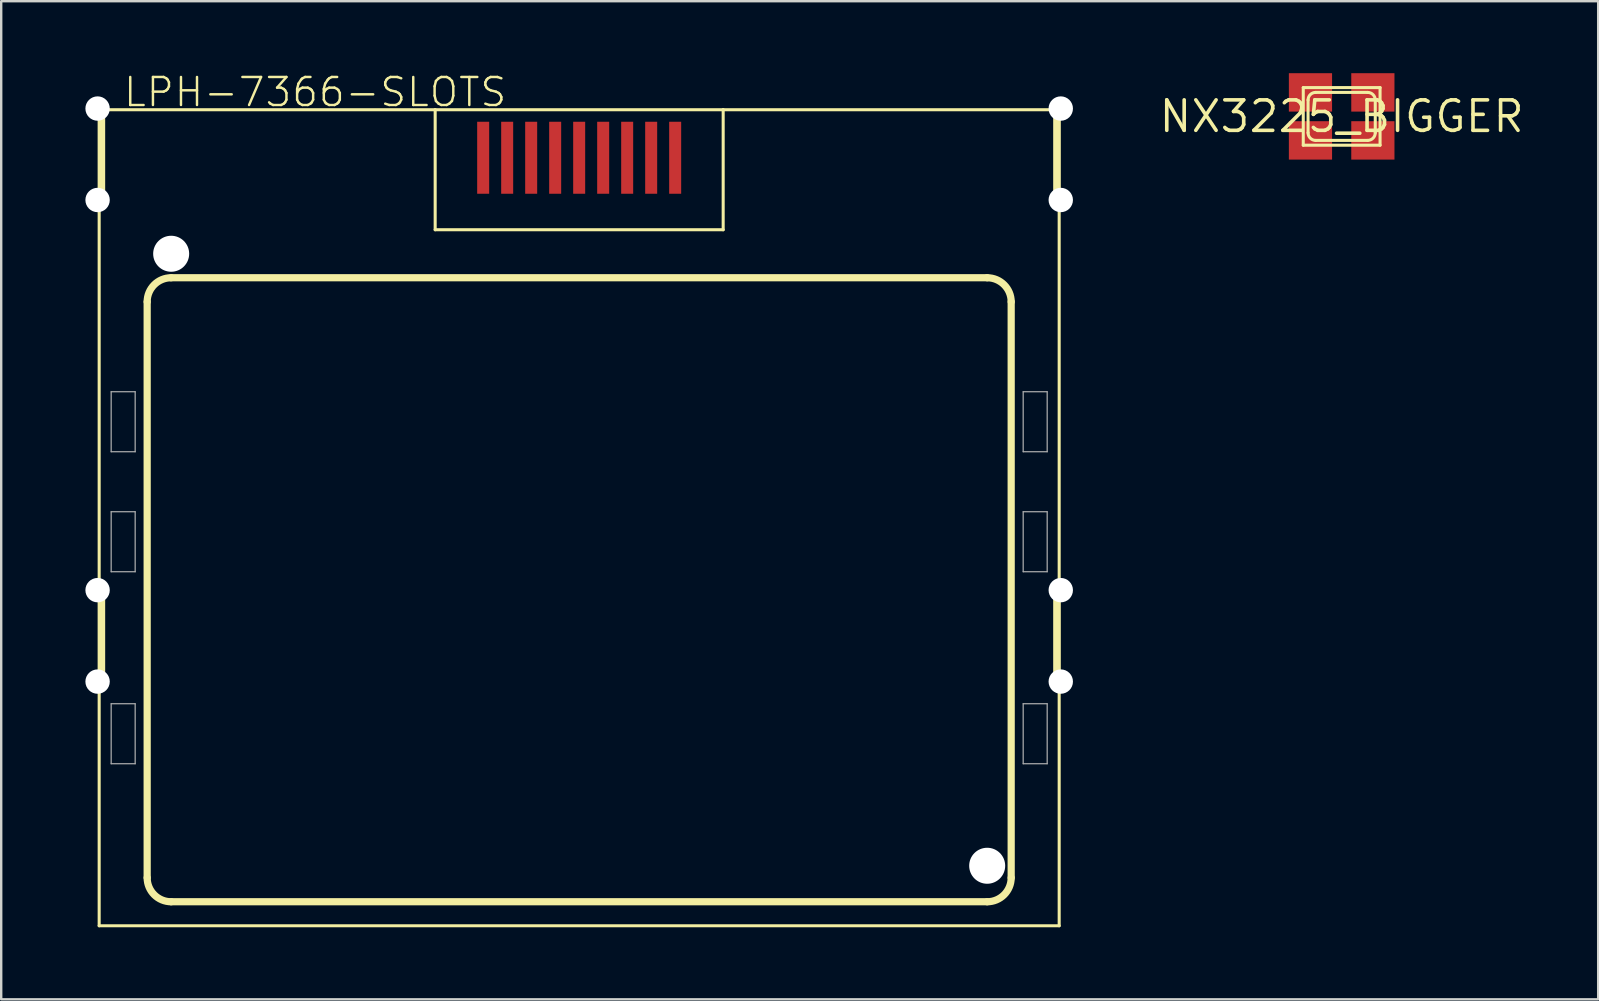
<source format=kicad_pcb>
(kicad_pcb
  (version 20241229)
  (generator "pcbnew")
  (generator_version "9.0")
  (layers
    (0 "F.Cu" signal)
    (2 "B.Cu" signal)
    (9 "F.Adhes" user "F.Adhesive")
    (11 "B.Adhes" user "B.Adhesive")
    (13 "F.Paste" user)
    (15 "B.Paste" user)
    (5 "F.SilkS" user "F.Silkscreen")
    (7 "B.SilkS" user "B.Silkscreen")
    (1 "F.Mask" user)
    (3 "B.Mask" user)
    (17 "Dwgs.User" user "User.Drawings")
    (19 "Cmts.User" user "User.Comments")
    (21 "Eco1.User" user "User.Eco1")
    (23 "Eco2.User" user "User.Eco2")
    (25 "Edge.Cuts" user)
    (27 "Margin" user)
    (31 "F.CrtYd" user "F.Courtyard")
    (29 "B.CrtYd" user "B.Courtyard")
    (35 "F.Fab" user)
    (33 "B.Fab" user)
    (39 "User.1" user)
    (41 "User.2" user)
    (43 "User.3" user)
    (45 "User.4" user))
  (footprint "LPH-7366-SLOTS"
    (layer "F.Cu")
    (at 21.082 20.523)
    (property "Reference" "LPH-7366-SLOTS" (at -19.05 -19.05 0) (unlocked yes) (layer "F.SilkS") (effects (font (size 1.168 1.168) (thickness 0.102)) (justify left bottom)))
    (fp_line (start -20 -19) (end -20 15) (stroke (width 0.127) (type solid)) (layer "F.SilkS"))
    (fp_line (start -20 -19) (end -6 -19) (stroke (width 0.127) (type solid)) (layer "F.SilkS"))
    (fp_line (start -20 15) (end 20 15) (stroke (width 0.127) (type solid)) (layer "F.SilkS"))
    (fp_line (start -19.9 -18.9) (end -19.9 -15.1) (stroke (width 0.3) (type solid)) (layer "F.SilkS"))
    (fp_line (start -19.9 1.1) (end -19.9 4.9) (stroke (width 0.3) (type solid)) (layer "F.SilkS"))
    (fp_line (start -18 -11) (end -18 13) (stroke (width 0.3) (type solid)) (layer "F.SilkS"))
    (fp_line (start -17 14) (end 17 14) (stroke (width 0.3) (type solid)) (layer "F.SilkS"))
    (fp_line (start -6 -19) (end -6 -14) (stroke (width 0.127) (type solid)) (layer "F.SilkS"))
    (fp_line (start -6 -19) (end 6 -19) (stroke (width 0.127) (type solid)) (layer "F.SilkS"))
    (fp_line (start -6 -14) (end 6 -14) (stroke (width 0.127) (type solid)) (layer "F.SilkS"))
    (fp_line (start 6 -19) (end 20 -19) (stroke (width 0.127) (type solid)) (layer "F.SilkS"))
    (fp_line (start 6 -14) (end 6 -19) (stroke (width 0.127) (type solid)) (layer "F.SilkS"))
    (fp_line (start 17 -12) (end -17 -12) (stroke (width 0.3) (type solid)) (layer "F.SilkS"))
    (fp_line (start 18 13) (end 18 -11) (stroke (width 0.3) (type solid)) (layer "F.SilkS"))
    (fp_line (start 19.9 -18.9) (end 19.9 -15.1) (stroke (width 0.3) (type solid)) (layer "F.SilkS"))
    (fp_line (start 19.9 1) (end 19.9 4.8) (stroke (width 0.3) (type solid)) (layer "F.SilkS"))
    (fp_line (start 20 -19) (end 20 15) (stroke (width 0.127) (type solid)) (layer "F.SilkS"))
    (fp_arc (start -18 -11) (mid -17.707107 -11.707107) (end -17 -12) (stroke (width 0.3) (type solid)) (layer "F.SilkS"))
    (fp_arc (start -17 14) (mid -17.707107 13.707107) (end -18 13) (stroke (width 0.3) (type solid)) (layer "F.SilkS"))
    (fp_arc (start 17 -12) (mid 17.707107 -11.707107) (end 18 -11) (stroke (width 0.3) (type solid)) (layer "F.SilkS"))
    (fp_arc (start 18 13) (mid 17.707107 13.707107) (end 17 14) (stroke (width 0.3) (type solid)) (layer "F.SilkS"))
    (fp_line (start -19.5 -7.25) (end -18.5 -7.25) (stroke (width 0.05) (type solid)) (layer "F.Fab"))
    (fp_line (start -19.5 -4.75) (end -19.5 -7.25) (stroke (width 0.05) (type solid)) (layer "F.Fab"))
    (fp_line (start -19.5 -2.25) (end -18.5 -2.25) (stroke (width 0.05) (type solid)) (layer "F.Fab"))
    (fp_line (start -19.5 0.25) (end -19.5 -2.25) (stroke (width 0.05) (type solid)) (layer "F.Fab"))
    (fp_line (start -19.5 5.75) (end -18.5 5.75) (stroke (width 0.05) (type solid)) (layer "F.Fab"))
    (fp_line (start -19.5 8.25) (end -19.5 5.75) (stroke (width 0.05) (type solid)) (layer "F.Fab"))
    (fp_line (start -18.5 -7.25) (end -18.5 -4.75) (stroke (width 0.05) (type solid)) (layer "F.Fab"))
    (fp_line (start -18.5 -4.75) (end -19.5 -4.75) (stroke (width 0.05) (type solid)) (layer "F.Fab"))
    (fp_line (start -18.5 -2.25) (end -18.5 0.25) (stroke (width 0.05) (type solid)) (layer "F.Fab"))
    (fp_line (start -18.5 0.25) (end -19.5 0.25) (stroke (width 0.05) (type solid)) (layer "F.Fab"))
    (fp_line (start -18.5 5.75) (end -18.5 8.25) (stroke (width 0.05) (type solid)) (layer "F.Fab"))
    (fp_line (start -18.5 8.25) (end -19.5 8.25) (stroke (width 0.05) (type solid)) (layer "F.Fab"))
    (fp_line (start 18.5 -7.25) (end 19.5 -7.25) (stroke (width 0.05) (type solid)) (layer "F.Fab"))
    (fp_line (start 18.5 -4.75) (end 18.5 -7.25) (stroke (width 0.05) (type solid)) (layer "F.Fab"))
    (fp_line (start 18.5 -2.25) (end 19.5 -2.25) (stroke (width 0.05) (type solid)) (layer "F.Fab"))
    (fp_line (start 18.5 0.25) (end 18.5 -2.25) (stroke (width 0.05) (type solid)) (layer "F.Fab"))
    (fp_line (start 18.5 5.75) (end 19.5 5.75) (stroke (width 0.05) (type solid)) (layer "F.Fab"))
    (fp_line (start 18.5 8.25) (end 18.5 5.75) (stroke (width 0.05) (type solid)) (layer "F.Fab"))
    (fp_line (start 19.5 -7.25) (end 19.5 -4.75) (stroke (width 0.05) (type solid)) (layer "F.Fab"))
    (fp_line (start 19.5 -4.75) (end 18.5 -4.75) (stroke (width 0.05) (type solid)) (layer "F.Fab"))
    (fp_line (start 19.5 -2.25) (end 19.5 0.25) (stroke (width 0.05) (type solid)) (layer "F.Fab"))
    (fp_line (start 19.5 0.25) (end 18.5 0.25) (stroke (width 0.05) (type solid)) (layer "F.Fab"))
    (fp_line (start 19.5 5.75) (end 19.5 8.25) (stroke (width 0.05) (type solid)) (layer "F.Fab"))
    (fp_line (start 19.5 8.25) (end 18.5 8.25) (stroke (width 0.05) (type solid)) (layer "F.Fab"))
    (pad "" np_thru_hole circle (at -20.066 -19.05) (size 1.016 1.016) (drill 1.016) (layers "*.Cu" "*.Mask"))
    (pad "" np_thru_hole circle (at -20.066 -15.24) (size 1.016 1.016) (drill 1.016) (layers "*.Cu" "*.Mask"))
    (pad "" np_thru_hole circle (at -20.066 1.016) (size 1.016 1.016) (drill 1.016) (layers "*.Cu" "*.Mask"))
    (pad "" np_thru_hole circle (at -20.066 4.826) (size 1.016 1.016) (drill 1.016) (layers "*.Cu" "*.Mask"))
    (pad "" np_thru_hole circle (at -17 -13) (size 1.5 1.5) (drill 1.5) (layers "*.Cu" "*.Mask"))
    (pad "" np_thru_hole circle (at 17 12.5) (size 1.5 1.5) (drill 1.5) (layers "*.Cu" "*.Mask"))
    (pad "" np_thru_hole circle (at 20.066 -19.05) (size 1.016 1.016) (drill 1.016) (layers "*.Cu" "*.Mask"))
    (pad "" np_thru_hole circle (at 20.066 -15.24) (size 1.016 1.016) (drill 1.016) (layers "*.Cu" "*.Mask"))
    (pad "" np_thru_hole circle (at 20.066 1.016) (size 1.016 1.016) (drill 1.016) (layers "*.Cu" "*.Mask"))
    (pad "" np_thru_hole circle (at 20.066 4.826) (size 1.016 1.016) (drill 1.016) (layers "*.Cu" "*.Mask"))
    (pad "1" smd rect (at 4 -17 90) (size 3 0.5) (layers "F.Cu" "F.Mask"))
    (pad "2" smd rect (at 3 -17 90) (size 3 0.5) (layers "F.Cu" "F.Mask"))
    (pad "3" smd rect (at 2 -17 90) (size 3 0.5) (layers "F.Cu" "F.Mask"))
    (pad "4" smd rect (at 1 -17 90) (size 3 0.5) (layers "F.Cu" "F.Mask"))
    (pad "5" smd rect (at 0 -17 90) (size 3 0.5) (layers "F.Cu" "F.Mask"))
    (pad "6" smd rect (at -1 -17 90) (size 3 0.5) (layers "F.Cu" "F.Mask"))
    (pad "7" smd rect (at -2 -17 90) (size 3 0.5) (layers "F.Cu" "F.Mask"))
    (pad "8" smd rect (at -3 -17 90) (size 3 0.5) (layers "F.Cu" "F.Mask"))
    (pad "9" smd rect (at -4 -17 90) (size 3 0.5) (layers "F.Cu" "F.Mask"))
    (zone (net_name "") (layer "F.Cu") (hatch edge 0.5) (connect_pads) (min_thickness 0.25) (filled_areas_thickness no) (keepout (tracks not_allowed) (vias not_allowed) (pads not_allowed) (copperpour not_allowed) (footprints allowed)) (placement (enabled no)) (fill) (polygon (pts (xy 0 5.283) (xy 2.032 5.283) (xy 2.032 1.473) (xy 0 1.473))))
    (zone (net_name "") (layer "F.Cu") (hatch edge 0.5) (connect_pads) (min_thickness 0.25) (filled_areas_thickness no) (keepout (tracks not_allowed) (vias not_allowed) (pads not_allowed) (copperpour not_allowed) (footprints allowed)) (placement (enabled no)) (fill) (polygon (pts (xy 0 25.349) (xy 2.032 25.349) (xy 2.032 21.539) (xy 0 21.539))))
    (zone (net_name "") (layer "F.Cu") (hatch edge 0.5) (connect_pads) (min_thickness 0.25) (filled_areas_thickness no) (keepout (tracks not_allowed) (vias not_allowed) (pads not_allowed) (copperpour not_allowed) (footprints allowed)) (placement (enabled no)) (fill) (polygon (pts (xy 40.132 5.283) (xy 42.164 5.283) (xy 42.164 1.473) (xy 40.132 1.473))))
    (zone (net_name "") (layer "F.Cu") (hatch edge 0.5) (connect_pads) (min_thickness 0.25) (filled_areas_thickness no) (keepout (tracks not_allowed) (vias not_allowed) (pads not_allowed) (copperpour not_allowed) (footprints allowed)) (placement (enabled no)) (fill) (polygon (pts (xy 40.132 25.349) (xy 42.164 25.349) (xy 42.164 21.539) (xy 40.132 21.539))))
    (zone (net_name "") (layer "B.Cu") (hatch edge 0.5) (connect_pads) (min_thickness 0.25) (filled_areas_thickness no) (keepout (tracks not_allowed) (vias not_allowed) (pads not_allowed) (copperpour not_allowed) (footprints allowed)) (placement (enabled no)) (fill) (polygon (pts (xy 0 5.283) (xy 2.032 5.283) (xy 2.032 1.473) (xy 0 1.473))))
    (zone (net_name "") (layer "B.Cu") (hatch edge 0.5) (connect_pads) (min_thickness 0.25) (filled_areas_thickness no) (keepout (tracks not_allowed) (vias not_allowed) (pads not_allowed) (copperpour not_allowed) (footprints allowed)) (placement (enabled no)) (fill) (polygon (pts (xy 0 25.349) (xy 2.032 25.349) (xy 2.032 21.539) (xy 0 21.539))))
    (zone (net_name "") (layer "B.Cu") (hatch edge 0.5) (connect_pads) (min_thickness 0.25) (filled_areas_thickness no) (keepout (tracks not_allowed) (vias not_allowed) (pads not_allowed) (copperpour not_allowed) (footprints allowed)) (placement (enabled no)) (fill) (polygon (pts (xy 40.132 5.283) (xy 42.164 5.283) (xy 42.164 1.473) (xy 40.132 1.473))))
    (zone (net_name "") (layer "B.Cu") (hatch edge 0.5) (connect_pads) (min_thickness 0.25) (filled_areas_thickness no) (keepout (tracks not_allowed) (vias not_allowed) (pads not_allowed) (copperpour not_allowed) (footprints allowed)) (placement (enabled no)) (fill) (polygon (pts (xy 40.132 25.349) (xy 42.164 25.349) (xy 42.164 21.539) (xy 40.132 21.539)))))
  (footprint "NX3225_BIGGER"
    (layer "F.Cu")
    (at 52.852 1.8)
    (property "Reference" "NX3225_BIGGER" (at 0 0 0) (layer "F.SilkS") (effects (font (size 1.27 1.27) (thickness 0.15))))
    (fp_line (start -1.6 -1.2) (end -1.6 1.2) (stroke (width 0.127) (type solid)) (layer "F.SilkS"))
    (fp_line (start -1.6 1.2) (end 1.6 1.2) (stroke (width 0.127) (type solid)) (layer "F.SilkS"))
    (fp_line (start -1.4 0.682) (end -1.4 -0.682) (stroke (width 0.127) (type solid)) (layer "F.SilkS"))
    (fp_line (start -1.083 -1) (end 1.083 -1) (stroke (width 0.127) (type solid)) (layer "F.SilkS"))
    (fp_line (start 1.083 1) (end -1.083 1) (stroke (width 0.127) (type solid)) (layer "F.SilkS"))
    (fp_line (start 1.4 -0.682) (end 1.4 0.682) (stroke (width 0.127) (type solid)) (layer "F.SilkS"))
    (fp_line (start 1.6 -1.2) (end -1.6 -1.2) (stroke (width 0.127) (type solid)) (layer "F.SilkS"))
    (fp_line (start 1.6 1.2) (end 1.6 -1.2) (stroke (width 0.127) (type solid)) (layer "F.SilkS"))
    (fp_arc (start -1.4 -0.6825) (mid -1.307006 -0.907006) (end -1.0825 -1) (stroke (width 0.127) (type solid)) (layer "F.SilkS"))
    (fp_arc (start -1.0825 1) (mid -1.307006 0.907006) (end -1.4 0.6825) (stroke (width 0.127) (type solid)) (layer "F.SilkS"))
    (fp_arc (start 1.0825 -1) (mid 1.307006 -0.907006) (end 1.4 -0.6825) (stroke (width 0.127) (type solid)) (layer "F.SilkS"))
    (fp_arc (start 1.4 0.6825) (mid 1.307006 0.907006) (end 1.0825 1) (stroke (width 0.127) (type solid)) (layer "F.SilkS"))
    (pad "1" smd rect (at -1.3 1 90) (size 1.6 1.8) (layers "F.Cu" "F.Mask" "F.Paste"))
    (pad "2" smd rect (at 1.3 1 90) (size 1.6 1.8) (layers "F.Cu" "F.Mask" "F.Paste"))
    (pad "3" smd rect (at 1.3 -1 90) (size 1.6 1.8) (layers "F.Cu" "F.Mask" "F.Paste"))
    (pad "4" smd rect (at -1.3 -1 90) (size 1.6 1.8) (layers "F.Cu" "F.Mask" "F.Paste")))
  (gr_rect
    (start -3 -3)
    (end 63.54 38.587)
    (stroke (width 0.1) (type default))
    (fill no)
    (layer "Edge.Cuts")))
</source>
